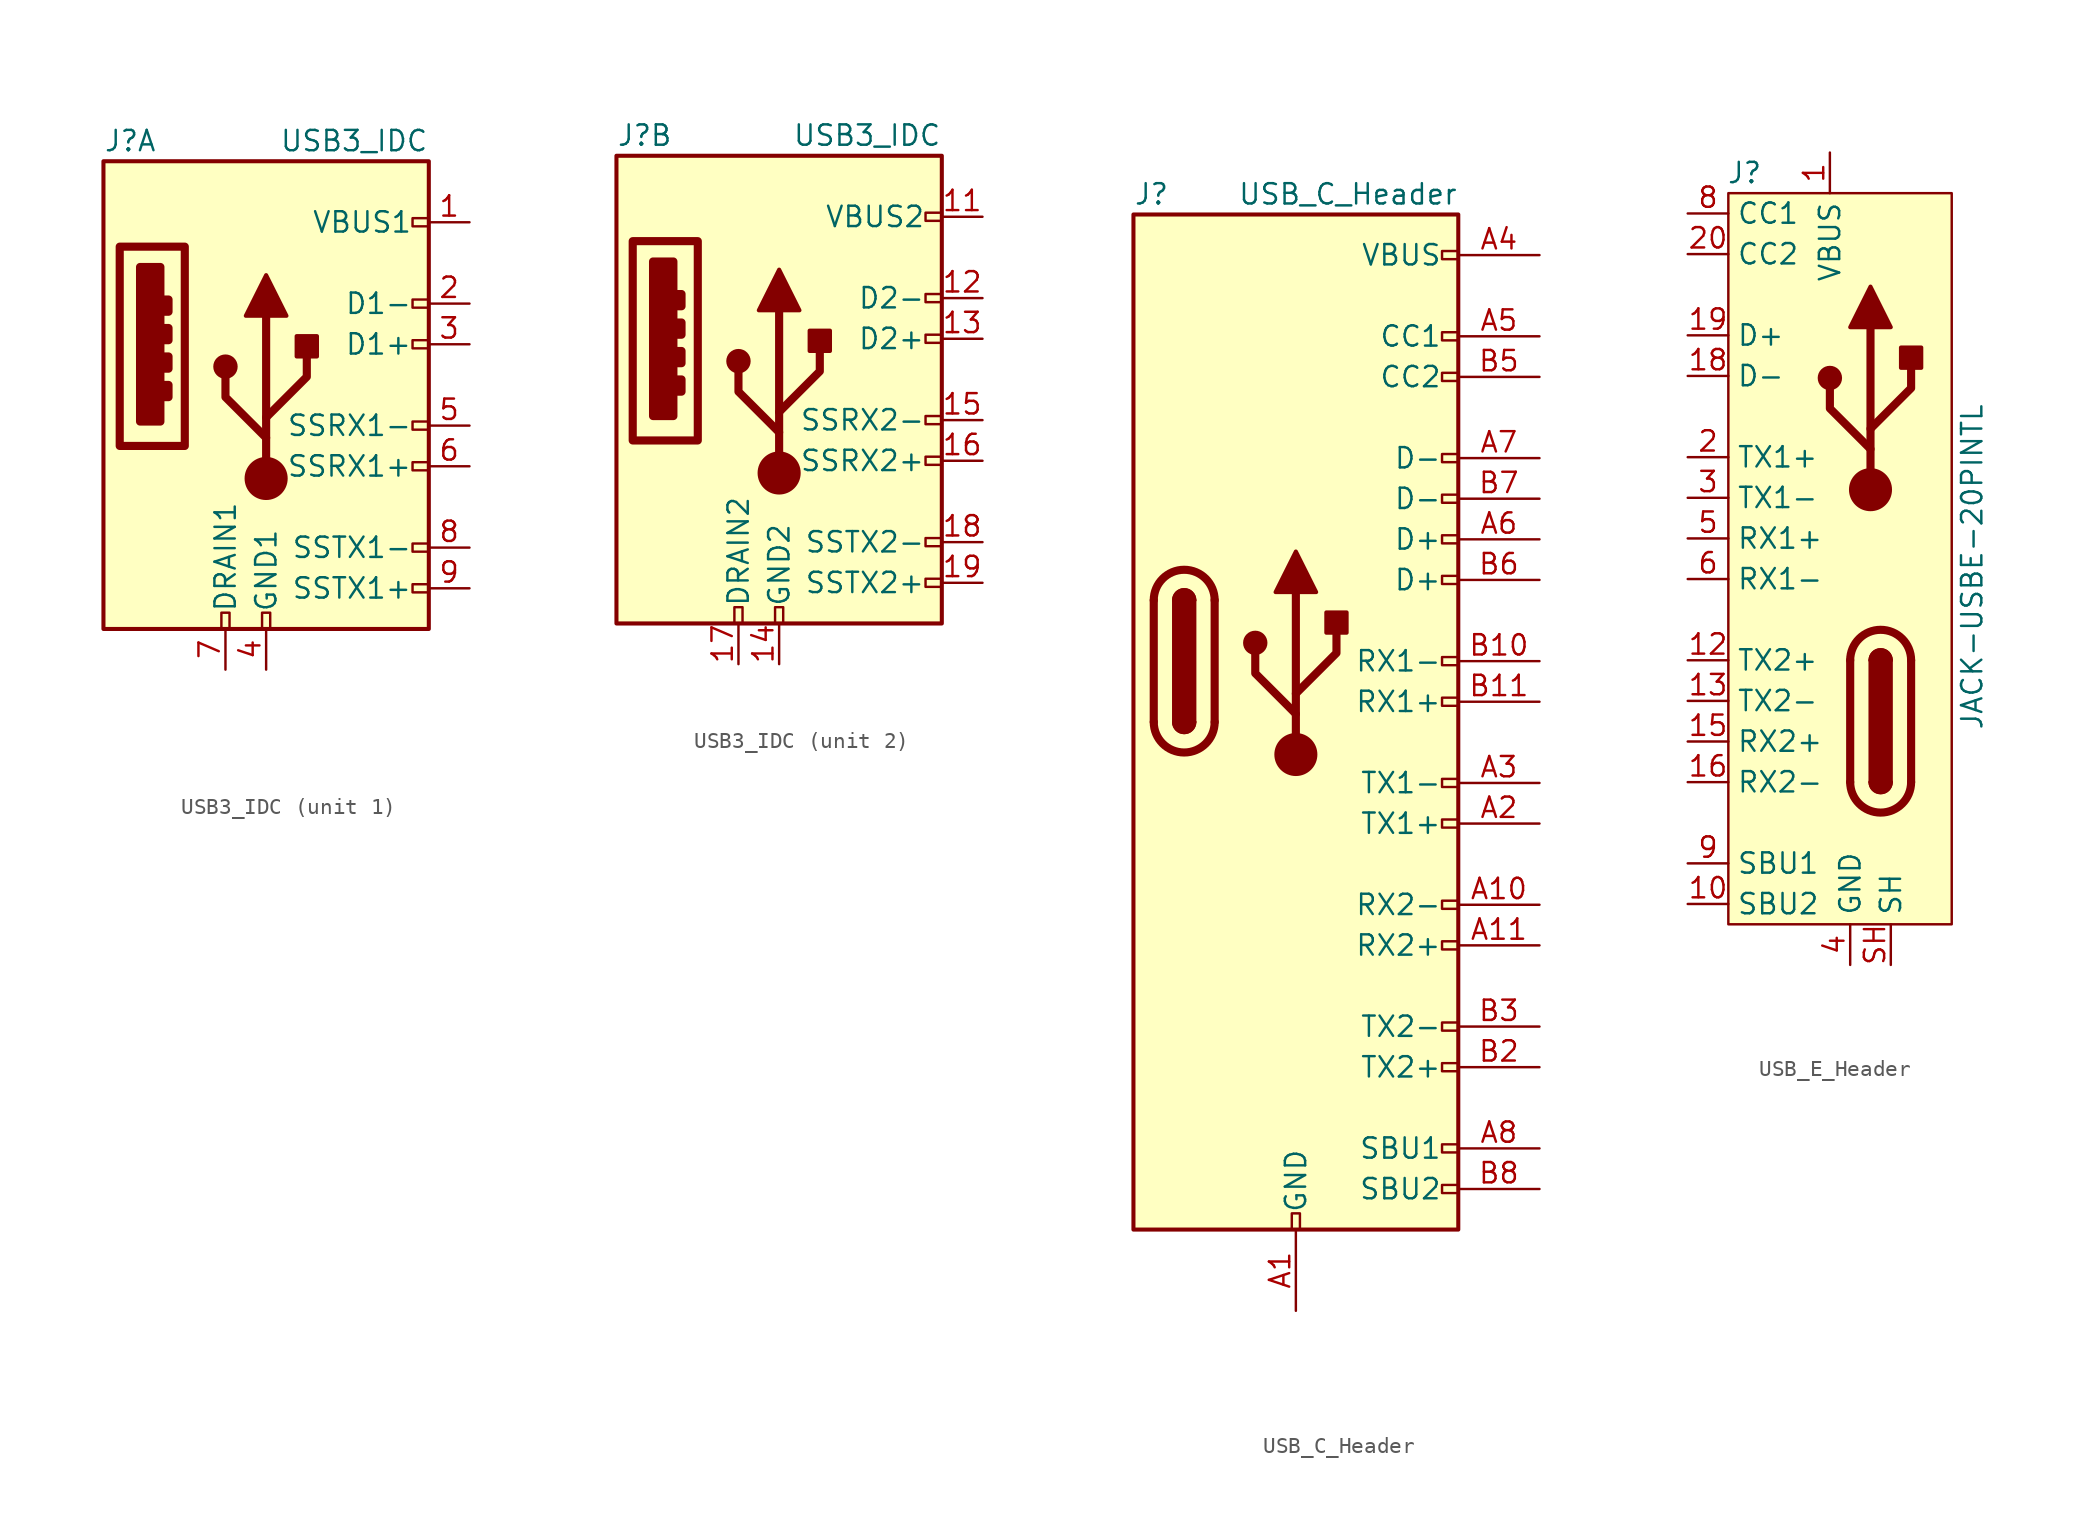
<source format=kicad_sym>
(kicad_symbol_lib
  (version 20241209)
  (generator "kicad_symbol_editor")
  (generator_version "9.0")
  (symbol "USB3_IDC"
    (pin_names
      (offset 1.016))
    (property "Reference" "J"
      (at -10.16 15.24 0)
      (effects (font (size 1.27 1.27)) (justify left)))
    (property "Value" "USB3_IDC"
      (at 10.16 15.24 0)
      (effects (font (size 1.27 1.27)) (justify right)))
    (symbol "USB3_IDC_0_0"
      (rectangle (start -9.144 8.636) (end -5.08 -3.81) (stroke (width 0.508) (type default)) (fill (type none)))
      (rectangle (start -7.874 7.366) (end -6.604 -2.286) (stroke (width 0.508) (type default)) (fill (type outline)))
      (rectangle (start -6.35 5.334) (end -6.096 4.572) (stroke (width 0.508) (type default)) (fill (type none)))
      (rectangle (start -6.35 3.556) (end -6.096 2.794) (stroke (width 0.508) (type default)) (fill (type none)))
      (rectangle (start -6.35 1.778) (end -6.096 1.016) (stroke (width 0.508) (type default)) (fill (type none)))
      (rectangle (start -6.35 0) (end -6.096 -0.762) (stroke (width 0.508) (type default)) (fill (type none)))
      (rectangle (start -2.794 -15.24) (end -2.286 -14.224) (stroke (width 0) (type default)) (fill (type none)))
      (rectangle (start -0.254 -15.24) (end 0.254 -14.224) (stroke (width 0) (type default)) (fill (type none)))
      (rectangle (start 10.16 10.414) (end 9.144 9.906) (stroke (width 0) (type default)) (fill (type none)))
      (rectangle (start 10.16 5.334) (end 9.144 4.826) (stroke (width 0) (type default)) (fill (type none)))
      (rectangle (start 10.16 2.794) (end 9.144 2.286) (stroke (width 0) (type default)) (fill (type none)))
      (rectangle (start 10.16 -2.286) (end 9.144 -2.794) (stroke (width 0) (type default)) (fill (type none)))
      (rectangle (start 10.16 -4.826) (end 9.144 -5.334) (stroke (width 0) (type default)) (fill (type none)))
      (rectangle (start 10.16 -9.906) (end 9.144 -10.414) (stroke (width 0) (type default)) (fill (type none)))
      (rectangle (start 10.16 -12.446) (end 9.144 -12.954) (stroke (width 0) (type default)) (fill (type none))))
    (symbol "USB3_IDC_0_1"
      (rectangle (start -10.16 13.97) (end 10.16 -15.24) (stroke (width 0.254) (type default)) (fill (type background))))
    (symbol "USB3_IDC_1_1"
      (circle (center -2.54 1.143) (radius 0.635) (stroke (width 0.254) (type default)) (fill (type outline)))
      (polyline (pts (xy -1.27 4.318) (xy 0 6.858) (xy 1.27 4.318) (xy -1.27 4.318)) (stroke (width 0.254) (type default)) (fill (type outline)))
      (polyline (pts (xy 0 -2.032) (xy 2.54 0.508) (xy 2.54 1.778)) (stroke (width 0.508) (type default)) (fill (type none)))
      (polyline (pts (xy 0 -3.302) (xy -2.54 -0.762) (xy -2.54 0.508)) (stroke (width 0.508) (type default)) (fill (type none)))
      (polyline (pts (xy 0 -5.842) (xy 0 4.318)) (stroke (width 0.508) (type default)) (fill (type none)))
      (circle (center 0 -5.842) (radius 1.27) (stroke (width 0) (type default)) (fill (type outline)))
      (rectangle (start 1.905 1.778) (end 3.175 3.048) (stroke (width 0.254) (type default)) (fill (type outline)))
      (pin passive line (at -2.54 -17.78 90) (length 2.54) (name "DRAIN1" (effects (font (size 1.27 1.27)))) (number "7" (effects (font (size 1.27 1.27)))))
      (pin power_in line (at 0 -17.78 90) (length 2.54) (name "GND1" (effects (font (size 1.27 1.27)))) (number "4" (effects (font (size 1.27 1.27)))))
      (pin no_connect line (at 7.62 -19.05 180) (length 2.54) (hide yes) (name "NC" (effects (font (size 1.27 1.27)))) (number "10" (effects (font (size 1.27 1.27)))))
      (pin no_connect line (at 7.62 -21.59 180) (length 2.54) (hide yes) (name "NC" (effects (font (size 1.27 1.27)))) (number "20" (effects (font (size 1.27 1.27)))))
      (pin power_in line (at 12.7 10.16 180) (length 2.54) (name "VBUS1" (effects (font (size 1.27 1.27)))) (number "1" (effects (font (size 1.27 1.27)))))
      (pin bidirectional line (at 12.7 5.08 180) (length 2.54) (name "D1-" (effects (font (size 1.27 1.27)))) (number "2" (effects (font (size 1.27 1.27)))))
      (pin bidirectional line (at 12.7 2.54 180) (length 2.54) (name "D1+" (effects (font (size 1.27 1.27)))) (number "3" (effects (font (size 1.27 1.27)))))
      (pin output line (at 12.7 -2.54 180) (length 2.54) (name "SSRX1-" (effects (font (size 1.27 1.27)))) (number "5" (effects (font (size 1.27 1.27)))))
      (pin output line (at 12.7 -5.08 180) (length 2.54) (name "SSRX1+" (effects (font (size 1.27 1.27)))) (number "6" (effects (font (size 1.27 1.27)))))
      (pin input line (at 12.7 -10.16 180) (length 2.54) (name "SSTX1-" (effects (font (size 1.27 1.27)))) (number "8" (effects (font (size 1.27 1.27)))))
      (pin input line (at 12.7 -12.7 180) (length 2.54) (name "SSTX1+" (effects (font (size 1.27 1.27)))) (number "9" (effects (font (size 1.27 1.27))))))
    (symbol "USB3_IDC_2_1"
      (circle (center -2.54 1.143) (radius 0.635) (stroke (width 0.254) (type default)) (fill (type outline)))
      (polyline (pts (xy -1.27 4.318) (xy 0 6.858) (xy 1.27 4.318) (xy -1.27 4.318)) (stroke (width 0.254) (type default)) (fill (type outline)))
      (polyline (pts (xy 0 -2.032) (xy 2.54 0.508) (xy 2.54 1.778)) (stroke (width 0.508) (type default)) (fill (type none)))
      (polyline (pts (xy 0 -3.302) (xy -2.54 -0.762) (xy -2.54 0.508)) (stroke (width 0.508) (type default)) (fill (type none)))
      (polyline (pts (xy 0 -5.842) (xy 0 4.318)) (stroke (width 0.508) (type default)) (fill (type none)))
      (circle (center 0 -5.842) (radius 1.27) (stroke (width 0) (type default)) (fill (type outline)))
      (rectangle (start 1.905 1.778) (end 3.175 3.048) (stroke (width 0.254) (type default)) (fill (type outline)))
      (pin passive line (at -2.54 -17.78 90) (length 2.54) (name "DRAIN2" (effects (font (size 1.27 1.27)))) (number "17" (effects (font (size 1.27 1.27)))))
      (pin power_in line (at 0 -17.78 90) (length 2.54) (name "GND2" (effects (font (size 1.27 1.27)))) (number "14" (effects (font (size 1.27 1.27)))))
      (pin power_in line (at 12.7 10.16 180) (length 2.54) (name "VBUS2" (effects (font (size 1.27 1.27)))) (number "11" (effects (font (size 1.27 1.27)))))
      (pin bidirectional line (at 12.7 5.08 180) (length 2.54) (name "D2-" (effects (font (size 1.27 1.27)))) (number "12" (effects (font (size 1.27 1.27)))))
      (pin bidirectional line (at 12.7 2.54 180) (length 2.54) (name "D2+" (effects (font (size 1.27 1.27)))) (number "13" (effects (font (size 1.27 1.27)))))
      (pin output line (at 12.7 -2.54 180) (length 2.54) (name "SSRX2-" (effects (font (size 1.27 1.27)))) (number "15" (effects (font (size 1.27 1.27)))))
      (pin output line (at 12.7 -5.08 180) (length 2.54) (name "SSRX2+" (effects (font (size 1.27 1.27)))) (number "16" (effects (font (size 1.27 1.27)))))
      (pin input line (at 12.7 -10.16 180) (length 2.54) (name "SSTX2-" (effects (font (size 1.27 1.27)))) (number "18" (effects (font (size 1.27 1.27)))))
      (pin input line (at 12.7 -12.7 180) (length 2.54) (name "SSTX2+" (effects (font (size 1.27 1.27)))) (number "19" (effects (font (size 1.27 1.27)))))))
  (symbol "USB_C_Header"
    (pin_names
      (offset 1.016))
    (property "Reference" "J"
      (at -10.16 29.21 0)
      (effects (font (size 1.27 1.27)) (justify left)))
    (property "Value" "USB_C_Header"
      (at 10.16 29.21 0)
      (effects (font (size 1.27 1.27)) (justify right)))
    (symbol "USB_C_Header_0_0"
      (rectangle (start -0.254 -35.56) (end 0.254 -34.544) (stroke (width 0) (type default)) (fill (type none)))
      (rectangle (start 10.16 25.654) (end 9.144 25.146) (stroke (width 0) (type default)) (fill (type none)))
      (rectangle (start 10.16 20.574) (end 9.144 20.066) (stroke (width 0) (type default)) (fill (type none)))
      (rectangle (start 10.16 18.034) (end 9.144 17.526) (stroke (width 0) (type default)) (fill (type none)))
      (rectangle (start 10.16 12.954) (end 9.144 12.446) (stroke (width 0) (type default)) (fill (type none)))
      (rectangle (start 10.16 10.414) (end 9.144 9.906) (stroke (width 0) (type default)) (fill (type none)))
      (rectangle (start 10.16 7.874) (end 9.144 7.366) (stroke (width 0) (type default)) (fill (type none)))
      (rectangle (start 10.16 5.334) (end 9.144 4.826) (stroke (width 0) (type default)) (fill (type none)))
      (rectangle (start 10.16 0.254) (end 9.144 -0.254) (stroke (width 0) (type default)) (fill (type none)))
      (rectangle (start 10.16 -2.286) (end 9.144 -2.794) (stroke (width 0) (type default)) (fill (type none)))
      (rectangle (start 10.16 -7.366) (end 9.144 -7.874) (stroke (width 0) (type default)) (fill (type none)))
      (rectangle (start 10.16 -9.906) (end 9.144 -10.414) (stroke (width 0) (type default)) (fill (type none)))
      (rectangle (start 10.16 -14.986) (end 9.144 -15.494) (stroke (width 0) (type default)) (fill (type none)))
      (rectangle (start 10.16 -17.526) (end 9.144 -18.034) (stroke (width 0) (type default)) (fill (type none)))
      (rectangle (start 10.16 -22.606) (end 9.144 -23.114) (stroke (width 0) (type default)) (fill (type none)))
      (rectangle (start 10.16 -25.146) (end 9.144 -25.654) (stroke (width 0) (type default)) (fill (type none)))
      (rectangle (start 10.16 -30.226) (end 9.144 -30.734) (stroke (width 0) (type default)) (fill (type none)))
      (rectangle (start 10.16 -32.766) (end 9.144 -33.274) (stroke (width 0) (type default)) (fill (type none))))
    (symbol "USB_C_Header_0_1"
      (rectangle (start -10.16 27.94) (end 10.16 -35.56) (stroke (width 0.254) (type default)) (fill (type background)))
      (polyline (pts (xy -8.89 -3.81) (xy -8.89 3.81)) (stroke (width 0.508) (type default)) (fill (type none)))
      (rectangle (start -7.62 -3.81) (end -6.35 3.81) (stroke (width 0.254) (type default)) (fill (type outline)))
      (arc (start -7.62 3.81) (mid -6.985 4.4423) (end -6.35 3.81) (stroke (width 0.254) (type default)) (fill (type none)))
      (arc (start -7.62 3.81) (mid -6.985 4.4423) (end -6.35 3.81) (stroke (width 0.254) (type default)) (fill (type outline)))
      (arc (start -8.89 3.81) (mid -6.985 5.7067) (end -5.08 3.81) (stroke (width 0.508) (type default)) (fill (type none)))
      (arc (start -5.08 -3.81) (mid -6.985 -5.7067) (end -8.89 -3.81) (stroke (width 0.508) (type default)) (fill (type none)))
      (arc (start -6.35 -3.81) (mid -6.985 -4.4423) (end -7.62 -3.81) (stroke (width 0.254) (type default)) (fill (type none)))
      (arc (start -6.35 -3.81) (mid -6.985 -4.4423) (end -7.62 -3.81) (stroke (width 0.254) (type default)) (fill (type outline)))
      (polyline (pts (xy -5.08 3.81) (xy -5.08 -3.81)) (stroke (width 0.508) (type default)) (fill (type none))))
    (symbol "USB_C_Header_1_1"
      (circle (center -2.54 1.143) (radius 0.635) (stroke (width 0.254) (type default)) (fill (type outline)))
      (polyline (pts (xy -1.27 4.318) (xy 0 6.858) (xy 1.27 4.318) (xy -1.27 4.318)) (stroke (width 0.254) (type default)) (fill (type outline)))
      (polyline (pts (xy 0 -2.032) (xy 2.54 0.508) (xy 2.54 1.778)) (stroke (width 0.508) (type default)) (fill (type none)))
      (polyline (pts (xy 0 -3.302) (xy -2.54 -0.762) (xy -2.54 0.508)) (stroke (width 0.508) (type default)) (fill (type none)))
      (polyline (pts (xy 0 -5.842) (xy 0 4.318)) (stroke (width 0.508) (type default)) (fill (type none)))
      (circle (center 0 -5.842) (radius 1.27) (stroke (width 0) (type default)) (fill (type outline)))
      (rectangle (start 1.905 1.778) (end 3.175 3.048) (stroke (width 0.254) (type default)) (fill (type outline)))
      (pin passive line (at 0 -40.64 90) (length 5.08) (name "GND" (effects (font (size 1.27 1.27)))) (number "A1" (effects (font (size 1.27 1.27)))))
      (pin passive line (at 0 -40.64 90) (length 5.08) (hide yes) (name "GND" (effects (font (size 1.27 1.27)))) (number "A12" (effects (font (size 1.27 1.27)))))
      (pin passive line (at 0 -40.64 90) (length 5.08) (hide yes) (name "GND" (effects (font (size 1.27 1.27)))) (number "B1" (effects (font (size 1.27 1.27)))))
      (pin passive line (at 0 -40.64 90) (length 5.08) (hide yes) (name "GND" (effects (font (size 1.27 1.27)))) (number "B12" (effects (font (size 1.27 1.27)))))
      (pin passive line (at 15.24 25.4 180) (length 5.08) (name "VBUS" (effects (font (size 1.27 1.27)))) (number "A4" (effects (font (size 1.27 1.27)))))
      (pin passive line (at 15.24 25.4 180) (length 5.08) (hide yes) (name "VBUS" (effects (font (size 1.27 1.27)))) (number "A9" (effects (font (size 1.27 1.27)))))
      (pin passive line (at 15.24 25.4 180) (length 5.08) (hide yes) (name "VBUS" (effects (font (size 1.27 1.27)))) (number "B4" (effects (font (size 1.27 1.27)))))
      (pin passive line (at 15.24 25.4 180) (length 5.08) (hide yes) (name "VBUS" (effects (font (size 1.27 1.27)))) (number "B9" (effects (font (size 1.27 1.27)))))
      (pin bidirectional line (at 15.24 20.32 180) (length 5.08) (name "CC1" (effects (font (size 1.27 1.27)))) (number "A5" (effects (font (size 1.27 1.27)))))
      (pin bidirectional line (at 15.24 17.78 180) (length 5.08) (name "CC2" (effects (font (size 1.27 1.27)))) (number "B5" (effects (font (size 1.27 1.27)))))
      (pin bidirectional line (at 15.24 12.7 180) (length 5.08) (name "D-" (effects (font (size 1.27 1.27)))) (number "A7" (effects (font (size 1.27 1.27)))))
      (pin bidirectional line (at 15.24 10.16 180) (length 5.08) (name "D-" (effects (font (size 1.27 1.27)))) (number "B7" (effects (font (size 1.27 1.27)))))
      (pin bidirectional line (at 15.24 7.62 180) (length 5.08) (name "D+" (effects (font (size 1.27 1.27)))) (number "A6" (effects (font (size 1.27 1.27)))))
      (pin bidirectional line (at 15.24 5.08 180) (length 5.08) (name "D+" (effects (font (size 1.27 1.27)))) (number "B6" (effects (font (size 1.27 1.27)))))
      (pin bidirectional line (at 15.24 0 180) (length 5.08) (name "RX1-" (effects (font (size 1.27 1.27)))) (number "B10" (effects (font (size 1.27 1.27)))))
      (pin bidirectional line (at 15.24 -2.54 180) (length 5.08) (name "RX1+" (effects (font (size 1.27 1.27)))) (number "B11" (effects (font (size 1.27 1.27)))))
      (pin bidirectional line (at 15.24 -7.62 180) (length 5.08) (name "TX1-" (effects (font (size 1.27 1.27)))) (number "A3" (effects (font (size 1.27 1.27)))))
      (pin bidirectional line (at 15.24 -10.16 180) (length 5.08) (name "TX1+" (effects (font (size 1.27 1.27)))) (number "A2" (effects (font (size 1.27 1.27)))))
      (pin bidirectional line (at 15.24 -15.24 180) (length 5.08) (name "RX2-" (effects (font (size 1.27 1.27)))) (number "A10" (effects (font (size 1.27 1.27)))))
      (pin bidirectional line (at 15.24 -17.78 180) (length 5.08) (name "RX2+" (effects (font (size 1.27 1.27)))) (number "A11" (effects (font (size 1.27 1.27)))))
      (pin bidirectional line (at 15.24 -22.86 180) (length 5.08) (name "TX2-" (effects (font (size 1.27 1.27)))) (number "B3" (effects (font (size 1.27 1.27)))))
      (pin bidirectional line (at 15.24 -25.4 180) (length 5.08) (name "TX2+" (effects (font (size 1.27 1.27)))) (number "B2" (effects (font (size 1.27 1.27)))))
      (pin bidirectional line (at 15.24 -30.48 180) (length 5.08) (name "SBU1" (effects (font (size 1.27 1.27)))) (number "A8" (effects (font (size 1.27 1.27)))))
      (pin bidirectional line (at 15.24 -33.02 180) (length 5.08) (name "SBU2" (effects (font (size 1.27 1.27)))) (number "B8" (effects (font (size 1.27 1.27)))))))
  (symbol "USB_E_Header"
    (property "Reference" "J"
      (at 1.016 -8.89 0)
      (effects (font (size 1.27 1.27))))
    (property "Value" "JACK-USBE-20PINTL"
      (at 15.24 -33.528 90)
      (effects (font (size 1.27 1.27))))
    (symbol "USB_E_Header_0_1"
      (polyline (pts (xy 7.62 -46.99) (xy 7.62 -39.37)) (stroke (width 0.508) (type default)) (fill (type none)))
      (rectangle (start 8.89 -46.99) (end 10.16 -39.37) (stroke (width 0.254) (type default)) (fill (type outline)))
      (arc (start 8.89 -39.37) (mid 9.525 -38.7377) (end 10.16 -39.37) (stroke (width 0.254) (type default)) (fill (type none)))
      (arc (start 8.89 -39.37) (mid 9.525 -38.7377) (end 10.16 -39.37) (stroke (width 0.254) (type default)) (fill (type outline)))
      (arc (start 7.62 -39.37) (mid 9.525 -37.4733) (end 11.43 -39.37) (stroke (width 0.508) (type default)) (fill (type none)))
      (arc (start 11.43 -46.99) (mid 9.525 -48.8867) (end 7.62 -46.99) (stroke (width 0.508) (type default)) (fill (type none)))
      (arc (start 10.16 -46.99) (mid 9.525 -47.6223) (end 8.89 -46.99) (stroke (width 0.254) (type default)) (fill (type none)))
      (arc (start 10.16 -46.99) (mid 9.525 -47.6223) (end 8.89 -46.99) (stroke (width 0.254) (type default)) (fill (type outline)))
      (polyline (pts (xy 11.43 -39.37) (xy 11.43 -46.99)) (stroke (width 0.508) (type default)) (fill (type none))))
    (symbol "USB_E_Header_1_1"
      (rectangle (start 0 -10.16) (end 13.97 -55.88) (stroke (width 0) (type solid)) (fill (type background)))
      (circle (center 6.35 -21.717) (radius 0.635) (stroke (width 0.254) (type default)) (fill (type outline)))
      (polyline (pts (xy 7.62 -18.542) (xy 8.89 -16.002) (xy 10.16 -18.542) (xy 7.62 -18.542)) (stroke (width 0.254) (type default)) (fill (type outline)))
      (polyline (pts (xy 8.89 -24.892) (xy 11.43 -22.352) (xy 11.43 -21.082)) (stroke (width 0.508) (type default)) (fill (type none)))
      (polyline (pts (xy 8.89 -26.162) (xy 6.35 -23.622) (xy 6.35 -22.352)) (stroke (width 0.508) (type default)) (fill (type none)))
      (polyline (pts (xy 8.89 -28.702) (xy 8.89 -18.542)) (stroke (width 0.508) (type default)) (fill (type none)))
      (circle (center 8.89 -28.702) (radius 1.27) (stroke (width 0) (type default)) (fill (type outline)))
      (rectangle (start 10.795 -21.082) (end 12.065 -19.812) (stroke (width 0.254) (type default)) (fill (type outline)))
      (pin bidirectional line (at -2.54 -11.43 0) (length 2.54) (name "CC1" (effects (font (size 1.27 1.27)))) (number "8" (effects (font (size 1.27 1.27)))))
      (pin bidirectional line (at -2.54 -13.97 0) (length 2.54) (name "CC2" (effects (font (size 1.27 1.27)))) (number "20" (effects (font (size 1.27 1.27)))))
      (pin bidirectional line (at -2.54 -19.05 0) (length 2.54) (name "D+" (effects (font (size 1.27 1.27)))) (number "19" (effects (font (size 1.27 1.27)))))
      (pin bidirectional line (at -2.54 -21.59 0) (length 2.54) (name "D-" (effects (font (size 1.27 1.27)))) (number "18" (effects (font (size 1.27 1.27)))))
      (pin input line (at -2.54 -26.67 0) (length 2.54) (name "TX1+" (effects (font (size 1.27 1.27)))) (number "2" (effects (font (size 1.27 1.27)))))
      (pin input line (at -2.54 -29.21 0) (length 2.54) (name "TX1-" (effects (font (size 1.27 1.27)))) (number "3" (effects (font (size 1.27 1.27)))))
      (pin output line (at -2.54 -31.75 0) (length 2.54) (name "RX1+" (effects (font (size 1.27 1.27)))) (number "5" (effects (font (size 1.27 1.27)))))
      (pin output line (at -2.54 -34.29 0) (length 2.54) (name "RX1-" (effects (font (size 1.27 1.27)))) (number "6" (effects (font (size 1.27 1.27)))))
      (pin input line (at -2.54 -39.37 0) (length 2.54) (name "TX2+" (effects (font (size 1.27 1.27)))) (number "12" (effects (font (size 1.27 1.27)))))
      (pin input line (at -2.54 -41.91 0) (length 2.54) (name "TX2-" (effects (font (size 1.27 1.27)))) (number "13" (effects (font (size 1.27 1.27)))))
      (pin output line (at -2.54 -44.45 0) (length 2.54) (name "RX2+" (effects (font (size 1.27 1.27)))) (number "15" (effects (font (size 1.27 1.27)))))
      (pin output line (at -2.54 -46.99 0) (length 2.54) (name "RX2-" (effects (font (size 1.27 1.27)))) (number "16" (effects (font (size 1.27 1.27)))))
      (pin bidirectional line (at -2.54 -52.07 0) (length 2.54) (name "SBU1" (effects (font (size 1.27 1.27)))) (number "9" (effects (font (size 1.27 1.27)))))
      (pin bidirectional line (at -2.54 -54.61 0) (length 2.54) (name "SBU2" (effects (font (size 1.27 1.27)))) (number "10" (effects (font (size 1.27 1.27)))))
      (pin power_in line (at 6.35 -7.62 270) (length 2.54) (name "VBUS" (effects (font (size 1.27 1.27)))) (number "1" (effects (font (size 1.27 1.27)))))
      (pin passive line (at 6.35 -7.62 270) (length 2.54) (hide yes) (name "VBUS" (effects (font (size 1.27 1.27)))) (number "11" (effects (font (size 1.27 1.27)))))
      (pin passive line (at 6.35 -7.62 270) (length 2.54) (hide yes) (name "VBUS" (effects (font (size 1.27 1.27)))) (number "7" (effects (font (size 1.27 1.27)))))
      (pin passive line (at 7.62 -58.42 90) (length 2.54) (hide yes) (name "GND" (effects (font (size 1.27 1.27)))) (number "14" (effects (font (size 1.27 1.27)))))
      (pin passive line (at 7.62 -58.42 90) (length 2.54) (hide yes) (name "GND" (effects (font (size 1.27 1.27)))) (number "17" (effects (font (size 1.27 1.27)))))
      (pin power_in line (at 7.62 -58.42 90) (length 2.54) (name "GND" (effects (font (size 1.27 1.27)))) (number "4" (effects (font (size 1.27 1.27)))))
      (pin passive line (at 10.16 -58.42 90) (length 2.54) (name "SH" (effects (font (size 1.27 1.27)))) (number "SH" (effects (font (size 1.27 1.27))))))))
</source>
